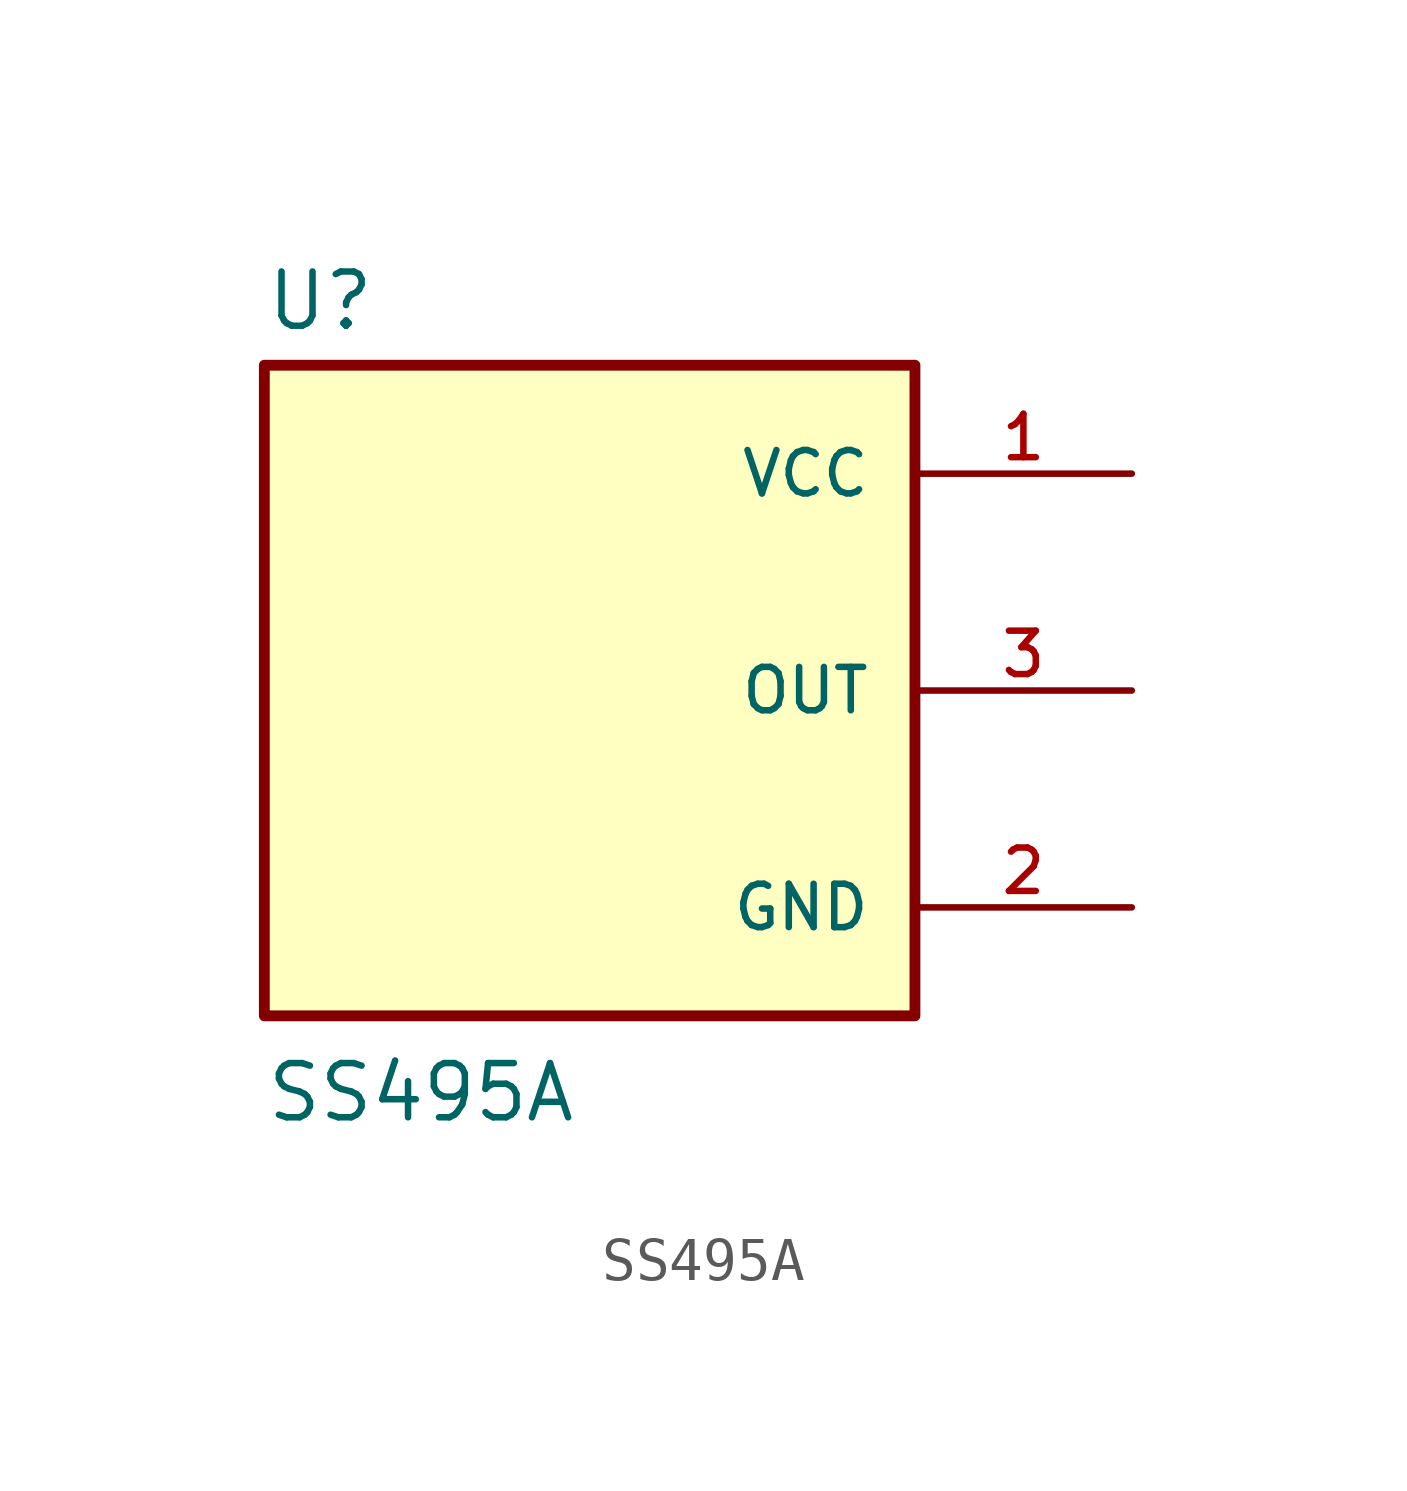
<source format=kicad_sym>
(kicad_symbol_lib
  (version 20211014)
  (generator kicad_symbol_editor)
  (symbol "SS495A"
    (pin_names
      (offset 1.016))
    (property "Reference" "U"
      (at -7.62 8.382 0)
      (effects (font (size 1.27 1.27)) (justify bottom left)))
    (property "Value" "SS495A"
      (at -7.62 -10.16 0)
      (effects (font (size 1.27 1.27)) (justify bottom left)))
    (symbol "SS495A_0_0"
      (rectangle (start -7.62 -7.62) (end 7.62 7.62) (stroke (width 0.254)) (fill (type background)))
      (pin power_in line (at 12.7 -5.08 180.0) (length 5.08) (name "GND" (effects (font (size 1.016 1.016)))) (number "2" (effects (font (size 1.016 1.016)))))
      (pin output line (at 12.7 0.0 180.0) (length 5.08) (name "OUT" (effects (font (size 1.016 1.016)))) (number "3" (effects (font (size 1.016 1.016)))))
      (pin power_in line (at 12.7 5.08 180.0) (length 5.08) (name "VCC" (effects (font (size 1.016 1.016)))) (number "1" (effects (font (size 1.016 1.016))))))))
</source>
